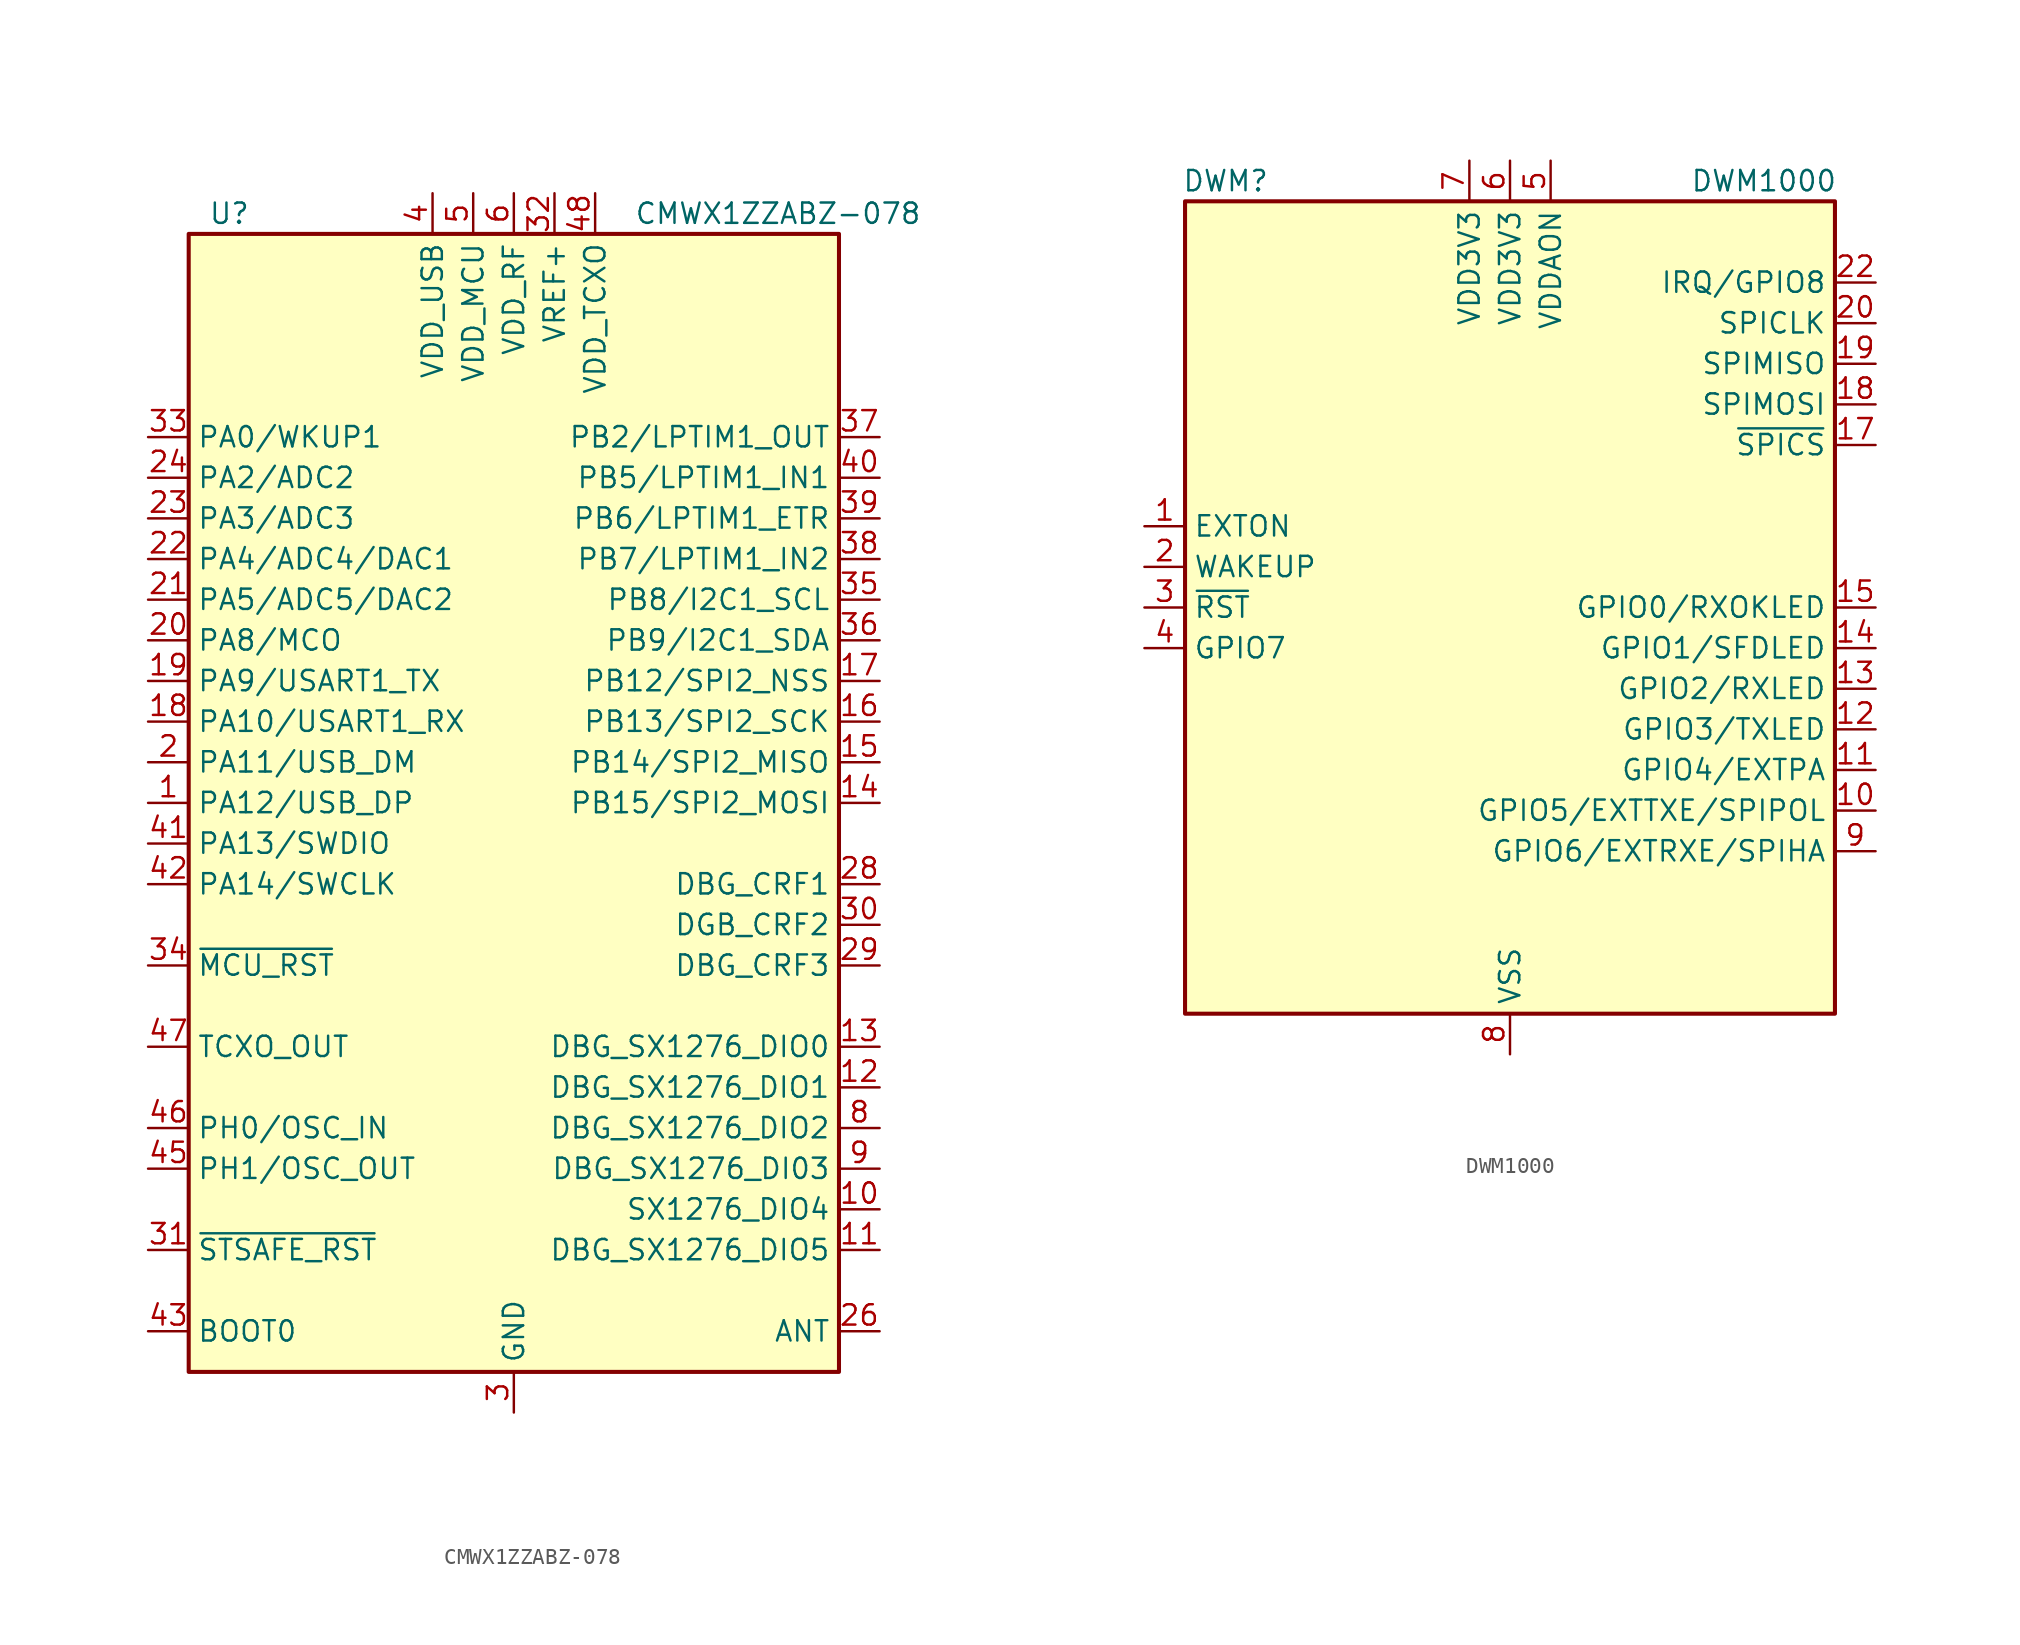
<source format=kicad_sym>
(kicad_symbol_lib
  (version 20241209)
  (generator "kicad_symbol_editor")
  (generator_version "9.0")
  (symbol "CMWX1ZZABZ-078"
    (property "Reference" "U"
      (at -17.78 36.83 0)
      (effects (font (size 1.27 1.27))))
    (property "Value" "CMWX1ZZABZ-078"
      (at 16.51 36.83 0)
      (effects (font (size 1.27 1.27))))
    (symbol "CMWX1ZZABZ-078_0_1"
      (rectangle (start -20.32 35.56) (end 20.32 -35.56) (stroke (width 0.254) (type default)) (fill (type background))))
    (symbol "CMWX1ZZABZ-078_1_1"
      (pin bidirectional line (at -22.86 22.86 0) (length 2.54) (name "PA0/WKUP1" (effects (font (size 1.27 1.27)))) (number "33" (effects (font (size 1.27 1.27)))))
      (pin bidirectional line (at -22.86 20.32 0) (length 2.54) (name "PA2/ADC2" (effects (font (size 1.27 1.27)))) (number "24" (effects (font (size 1.27 1.27)))))
      (pin bidirectional line (at -22.86 17.78 0) (length 2.54) (name "PA3/ADC3" (effects (font (size 1.27 1.27)))) (number "23" (effects (font (size 1.27 1.27)))))
      (pin bidirectional line (at -22.86 15.24 0) (length 2.54) (name "PA4/ADC4/DAC1" (effects (font (size 1.27 1.27)))) (number "22" (effects (font (size 1.27 1.27)))))
      (pin bidirectional line (at -22.86 12.7 0) (length 2.54) (name "PA5/ADC5/DAC2" (effects (font (size 1.27 1.27)))) (number "21" (effects (font (size 1.27 1.27)))))
      (pin bidirectional line (at -22.86 10.16 0) (length 2.54) (name "PA8/MCO" (effects (font (size 1.27 1.27)))) (number "20" (effects (font (size 1.27 1.27)))))
      (pin bidirectional line (at -22.86 7.62 0) (length 2.54) (name "PA9/USART1_TX" (effects (font (size 1.27 1.27)))) (number "19" (effects (font (size 1.27 1.27)))))
      (pin bidirectional line (at -22.86 5.08 0) (length 2.54) (name "PA10/USART1_RX" (effects (font (size 1.27 1.27)))) (number "18" (effects (font (size 1.27 1.27)))))
      (pin bidirectional line (at -22.86 2.54 0) (length 2.54) (name "PA11/USB_DM" (effects (font (size 1.27 1.27)))) (number "2" (effects (font (size 1.27 1.27)))))
      (pin bidirectional line (at -22.86 0 0) (length 2.54) (name "PA12/USB_DP" (effects (font (size 1.27 1.27)))) (number "1" (effects (font (size 1.27 1.27)))))
      (pin bidirectional line (at -22.86 -2.54 0) (length 2.54) (name "PA13/SWDIO" (effects (font (size 1.27 1.27)))) (number "41" (effects (font (size 1.27 1.27)))))
      (pin bidirectional line (at -22.86 -5.08 0) (length 2.54) (name "PA14/SWCLK" (effects (font (size 1.27 1.27)))) (number "42" (effects (font (size 1.27 1.27)))))
      (pin input line (at -22.86 -10.16 0) (length 2.54) (name "~{MCU_RST}" (effects (font (size 1.27 1.27)))) (number "34" (effects (font (size 1.27 1.27)))))
      (pin output line (at -22.86 -15.24 0) (length 2.54) (name "TCXO_OUT" (effects (font (size 1.27 1.27)))) (number "47" (effects (font (size 1.27 1.27)))))
      (pin bidirectional line (at -22.86 -20.32 0) (length 2.54) (name "PH0/OSC_IN" (effects (font (size 1.27 1.27)))) (number "46" (effects (font (size 1.27 1.27)))))
      (pin bidirectional line (at -22.86 -22.86 0) (length 2.54) (name "PH1/OSC_OUT" (effects (font (size 1.27 1.27)))) (number "45" (effects (font (size 1.27 1.27)))))
      (pin passive line (at -22.86 -27.94 0) (length 2.54) (name "~{STSAFE_RST}" (effects (font (size 1.27 1.27)))) (number "31" (effects (font (size 1.27 1.27)))))
      (pin input line (at -22.86 -33.02 0) (length 2.54) (name "BOOT0" (effects (font (size 1.27 1.27)))) (number "43" (effects (font (size 1.27 1.27)))))
      (pin power_in line (at -5.08 38.1 270) (length 2.54) (name "VDD_USB" (effects (font (size 1.27 1.27)))) (number "4" (effects (font (size 1.27 1.27)))))
      (pin power_in line (at -2.54 38.1 270) (length 2.54) (name "VDD_MCU" (effects (font (size 1.27 1.27)))) (number "5" (effects (font (size 1.27 1.27)))))
      (pin power_in line (at 0 38.1 270) (length 2.54) (name "VDD_RF" (effects (font (size 1.27 1.27)))) (number "6" (effects (font (size 1.27 1.27)))))
      (pin passive line (at 0 -38.1 90) (length 2.54) (hide yes) (name "GND" (effects (font (size 1.27 1.27)))) (number "25" (effects (font (size 1.27 1.27)))))
      (pin passive line (at 0 -38.1 90) (length 2.54) (hide yes) (name "GND" (effects (font (size 1.27 1.27)))) (number "27" (effects (font (size 1.27 1.27)))))
      (pin power_in line (at 0 -38.1 90) (length 2.54) (name "GND" (effects (font (size 1.27 1.27)))) (number "3" (effects (font (size 1.27 1.27)))))
      (pin passive line (at 0 -38.1 90) (length 2.54) (hide yes) (name "GND" (effects (font (size 1.27 1.27)))) (number "44" (effects (font (size 1.27 1.27)))))
      (pin passive line (at 0 -38.1 90) (length 2.54) (hide yes) (name "GND" (effects (font (size 1.27 1.27)))) (number "49" (effects (font (size 1.27 1.27)))))
      (pin passive line (at 0 -38.1 90) (length 2.54) (hide yes) (name "GND" (effects (font (size 1.27 1.27)))) (number "50" (effects (font (size 1.27 1.27)))))
      (pin passive line (at 0 -38.1 90) (length 2.54) (hide yes) (name "GND" (effects (font (size 1.27 1.27)))) (number "51" (effects (font (size 1.27 1.27)))))
      (pin passive line (at 0 -38.1 90) (length 2.54) (hide yes) (name "GND" (effects (font (size 1.27 1.27)))) (number "52" (effects (font (size 1.27 1.27)))))
      (pin passive line (at 0 -38.1 90) (length 2.54) (hide yes) (name "GND" (effects (font (size 1.27 1.27)))) (number "53" (effects (font (size 1.27 1.27)))))
      (pin passive line (at 0 -38.1 90) (length 2.54) (hide yes) (name "GND" (effects (font (size 1.27 1.27)))) (number "54" (effects (font (size 1.27 1.27)))))
      (pin passive line (at 0 -38.1 90) (length 2.54) (hide yes) (name "GND" (effects (font (size 1.27 1.27)))) (number "55" (effects (font (size 1.27 1.27)))))
      (pin passive line (at 0 -38.1 90) (length 2.54) (hide yes) (name "GND" (effects (font (size 1.27 1.27)))) (number "56" (effects (font (size 1.27 1.27)))))
      (pin passive line (at 0 -38.1 90) (length 2.54) (hide yes) (name "GND" (effects (font (size 1.27 1.27)))) (number "57" (effects (font (size 1.27 1.27)))))
      (pin passive line (at 0 -38.1 90) (length 2.54) (hide yes) (name "GND" (effects (font (size 1.27 1.27)))) (number "7" (effects (font (size 1.27 1.27)))))
      (pin power_in line (at 2.54 38.1 270) (length 2.54) (name "VREF+" (effects (font (size 1.27 1.27)))) (number "32" (effects (font (size 1.27 1.27)))))
      (pin power_in line (at 5.08 38.1 270) (length 2.54) (name "VDD_TCXO" (effects (font (size 1.27 1.27)))) (number "48" (effects (font (size 1.27 1.27)))))
      (pin bidirectional line (at 22.86 22.86 180) (length 2.54) (name "PB2/LPTIM1_OUT" (effects (font (size 1.27 1.27)))) (number "37" (effects (font (size 1.27 1.27)))))
      (pin bidirectional line (at 22.86 20.32 180) (length 2.54) (name "PB5/LPTIM1_IN1" (effects (font (size 1.27 1.27)))) (number "40" (effects (font (size 1.27 1.27)))))
      (pin bidirectional line (at 22.86 17.78 180) (length 2.54) (name "PB6/LPTIM1_ETR" (effects (font (size 1.27 1.27)))) (number "39" (effects (font (size 1.27 1.27)))))
      (pin bidirectional line (at 22.86 15.24 180) (length 2.54) (name "PB7/LPTIM1_IN2" (effects (font (size 1.27 1.27)))) (number "38" (effects (font (size 1.27 1.27)))))
      (pin bidirectional line (at 22.86 12.7 180) (length 2.54) (name "PB8/I2C1_SCL" (effects (font (size 1.27 1.27)))) (number "35" (effects (font (size 1.27 1.27)))))
      (pin bidirectional line (at 22.86 10.16 180) (length 2.54) (name "PB9/I2C1_SDA" (effects (font (size 1.27 1.27)))) (number "36" (effects (font (size 1.27 1.27)))))
      (pin bidirectional line (at 22.86 7.62 180) (length 2.54) (name "PB12/SPI2_NSS" (effects (font (size 1.27 1.27)))) (number "17" (effects (font (size 1.27 1.27)))))
      (pin bidirectional line (at 22.86 5.08 180) (length 2.54) (name "PB13/SPI2_SCK" (effects (font (size 1.27 1.27)))) (number "16" (effects (font (size 1.27 1.27)))))
      (pin bidirectional line (at 22.86 2.54 180) (length 2.54) (name "PB14/SPI2_MISO" (effects (font (size 1.27 1.27)))) (number "15" (effects (font (size 1.27 1.27)))))
      (pin bidirectional line (at 22.86 0 180) (length 2.54) (name "PB15/SPI2_MOSI" (effects (font (size 1.27 1.27)))) (number "14" (effects (font (size 1.27 1.27)))))
      (pin passive line (at 22.86 -5.08 180) (length 2.54) (name "DBG_CRF1" (effects (font (size 1.27 1.27)))) (number "28" (effects (font (size 1.27 1.27)))))
      (pin passive line (at 22.86 -7.62 180) (length 2.54) (name "DGB_CRF2" (effects (font (size 1.27 1.27)))) (number "30" (effects (font (size 1.27 1.27)))))
      (pin passive line (at 22.86 -10.16 180) (length 2.54) (name "DBG_CRF3" (effects (font (size 1.27 1.27)))) (number "29" (effects (font (size 1.27 1.27)))))
      (pin bidirectional line (at 22.86 -15.24 180) (length 2.54) (name "DBG_SX1276_DIO0" (effects (font (size 1.27 1.27)))) (number "13" (effects (font (size 1.27 1.27)))))
      (pin bidirectional line (at 22.86 -17.78 180) (length 2.54) (name "DBG_SX1276_DIO1" (effects (font (size 1.27 1.27)))) (number "12" (effects (font (size 1.27 1.27)))))
      (pin bidirectional line (at 22.86 -20.32 180) (length 2.54) (name "DBG_SX1276_DIO2" (effects (font (size 1.27 1.27)))) (number "8" (effects (font (size 1.27 1.27)))))
      (pin bidirectional line (at 22.86 -22.86 180) (length 2.54) (name "DBG_SX1276_DI03" (effects (font (size 1.27 1.27)))) (number "9" (effects (font (size 1.27 1.27)))))
      (pin bidirectional line (at 22.86 -25.4 180) (length 2.54) (name "SX1276_DIO4" (effects (font (size 1.27 1.27)))) (number "10" (effects (font (size 1.27 1.27)))))
      (pin bidirectional line (at 22.86 -27.94 180) (length 2.54) (name "DBG_SX1276_DIO5" (effects (font (size 1.27 1.27)))) (number "11" (effects (font (size 1.27 1.27)))))
      (pin passive line (at 22.86 -33.02 180) (length 2.54) (name "ANT" (effects (font (size 1.27 1.27)))) (number "26" (effects (font (size 1.27 1.27)))))))
  (symbol "DWM1000"
    (property "Reference" "DWM"
      (at -17.78 26.67 0)
      (effects (font (size 1.27 1.27))))
    (property "Value" "DWM1000"
      (at 15.875 26.67 0)
      (effects (font (size 1.27 1.27))))
    (symbol "DWM1000_0_1"
      (rectangle (start -20.32 25.4) (end 20.32 -25.4) (stroke (width 0.254) (type default)) (fill (type background))))
    (symbol "DWM1000_1_1"
      (pin output line (at -22.86 5.08 0) (length 2.54) (name "EXTON" (effects (font (size 1.27 1.27)))) (number "1" (effects (font (size 1.27 1.27)))))
      (pin bidirectional line (at -22.86 2.54 0) (length 2.54) (name "WAKEUP" (effects (font (size 1.27 1.27)))) (number "2" (effects (font (size 1.27 1.27)))))
      (pin bidirectional line (at -22.86 0 0) (length 2.54) (name "~{RST}" (effects (font (size 1.27 1.27)))) (number "3" (effects (font (size 1.27 1.27)))))
      (pin bidirectional line (at -22.86 -2.54 0) (length 2.54) (name "GPIO7" (effects (font (size 1.27 1.27)))) (number "4" (effects (font (size 1.27 1.27)))))
      (pin power_in line (at -2.54 27.94 270) (length 2.54) (name "VDD3V3" (effects (font (size 1.27 1.27)))) (number "7" (effects (font (size 1.27 1.27)))))
      (pin power_in line (at 0 27.94 270) (length 2.54) (name "VDD3V3" (effects (font (size 1.27 1.27)))) (number "6" (effects (font (size 1.27 1.27)))))
      (pin passive line (at 0 -27.94 90) (length 2.54) (hide yes) (name "VSS" (effects (font (size 1.27 1.27)))) (number "16" (effects (font (size 1.27 1.27)))))
      (pin passive line (at 0 -27.94 90) (length 2.54) (hide yes) (name "VSS" (effects (font (size 1.27 1.27)))) (number "21" (effects (font (size 1.27 1.27)))))
      (pin passive line (at 0 -27.94 90) (length 2.54) (hide yes) (name "VSS" (effects (font (size 1.27 1.27)))) (number "23" (effects (font (size 1.27 1.27)))))
      (pin passive line (at 0 -27.94 90) (length 2.54) (hide yes) (name "VSS" (effects (font (size 1.27 1.27)))) (number "24" (effects (font (size 1.27 1.27)))))
      (pin power_in line (at 0 -27.94 90) (length 2.54) (name "VSS" (effects (font (size 1.27 1.27)))) (number "8" (effects (font (size 1.27 1.27)))))
      (pin power_in line (at 2.54 27.94 270) (length 2.54) (name "VDDAON" (effects (font (size 1.27 1.27)))) (number "5" (effects (font (size 1.27 1.27)))))
      (pin bidirectional line (at 22.86 20.32 180) (length 2.54) (name "IRQ/GPIO8" (effects (font (size 1.27 1.27)))) (number "22" (effects (font (size 1.27 1.27)))))
      (pin input line (at 22.86 17.78 180) (length 2.54) (name "SPICLK" (effects (font (size 1.27 1.27)))) (number "20" (effects (font (size 1.27 1.27)))))
      (pin output line (at 22.86 15.24 180) (length 2.54) (name "SPIMISO" (effects (font (size 1.27 1.27)))) (number "19" (effects (font (size 1.27 1.27)))))
      (pin input line (at 22.86 12.7 180) (length 2.54) (name "SPIMOSI" (effects (font (size 1.27 1.27)))) (number "18" (effects (font (size 1.27 1.27)))))
      (pin input line (at 22.86 10.16 180) (length 2.54) (name "~{SPICS}" (effects (font (size 1.27 1.27)))) (number "17" (effects (font (size 1.27 1.27)))))
      (pin bidirectional line (at 22.86 0 180) (length 2.54) (name "GPIO0/RXOKLED" (effects (font (size 1.27 1.27)))) (number "15" (effects (font (size 1.27 1.27)))))
      (pin bidirectional line (at 22.86 -2.54 180) (length 2.54) (name "GPIO1/SFDLED" (effects (font (size 1.27 1.27)))) (number "14" (effects (font (size 1.27 1.27)))))
      (pin bidirectional line (at 22.86 -5.08 180) (length 2.54) (name "GPIO2/RXLED" (effects (font (size 1.27 1.27)))) (number "13" (effects (font (size 1.27 1.27)))))
      (pin bidirectional line (at 22.86 -7.62 180) (length 2.54) (name "GPIO3/TXLED" (effects (font (size 1.27 1.27)))) (number "12" (effects (font (size 1.27 1.27)))))
      (pin bidirectional line (at 22.86 -10.16 180) (length 2.54) (name "GPIO4/EXTPA" (effects (font (size 1.27 1.27)))) (number "11" (effects (font (size 1.27 1.27)))))
      (pin bidirectional line (at 22.86 -12.7 180) (length 2.54) (name "GPIO5/EXTTXE/SPIPOL" (effects (font (size 1.27 1.27)))) (number "10" (effects (font (size 1.27 1.27)))))
      (pin bidirectional line (at 22.86 -15.24 180) (length 2.54) (name "GPIO6/EXTRXE/SPIHA" (effects (font (size 1.27 1.27)))) (number "9" (effects (font (size 1.27 1.27))))))))
</source>
